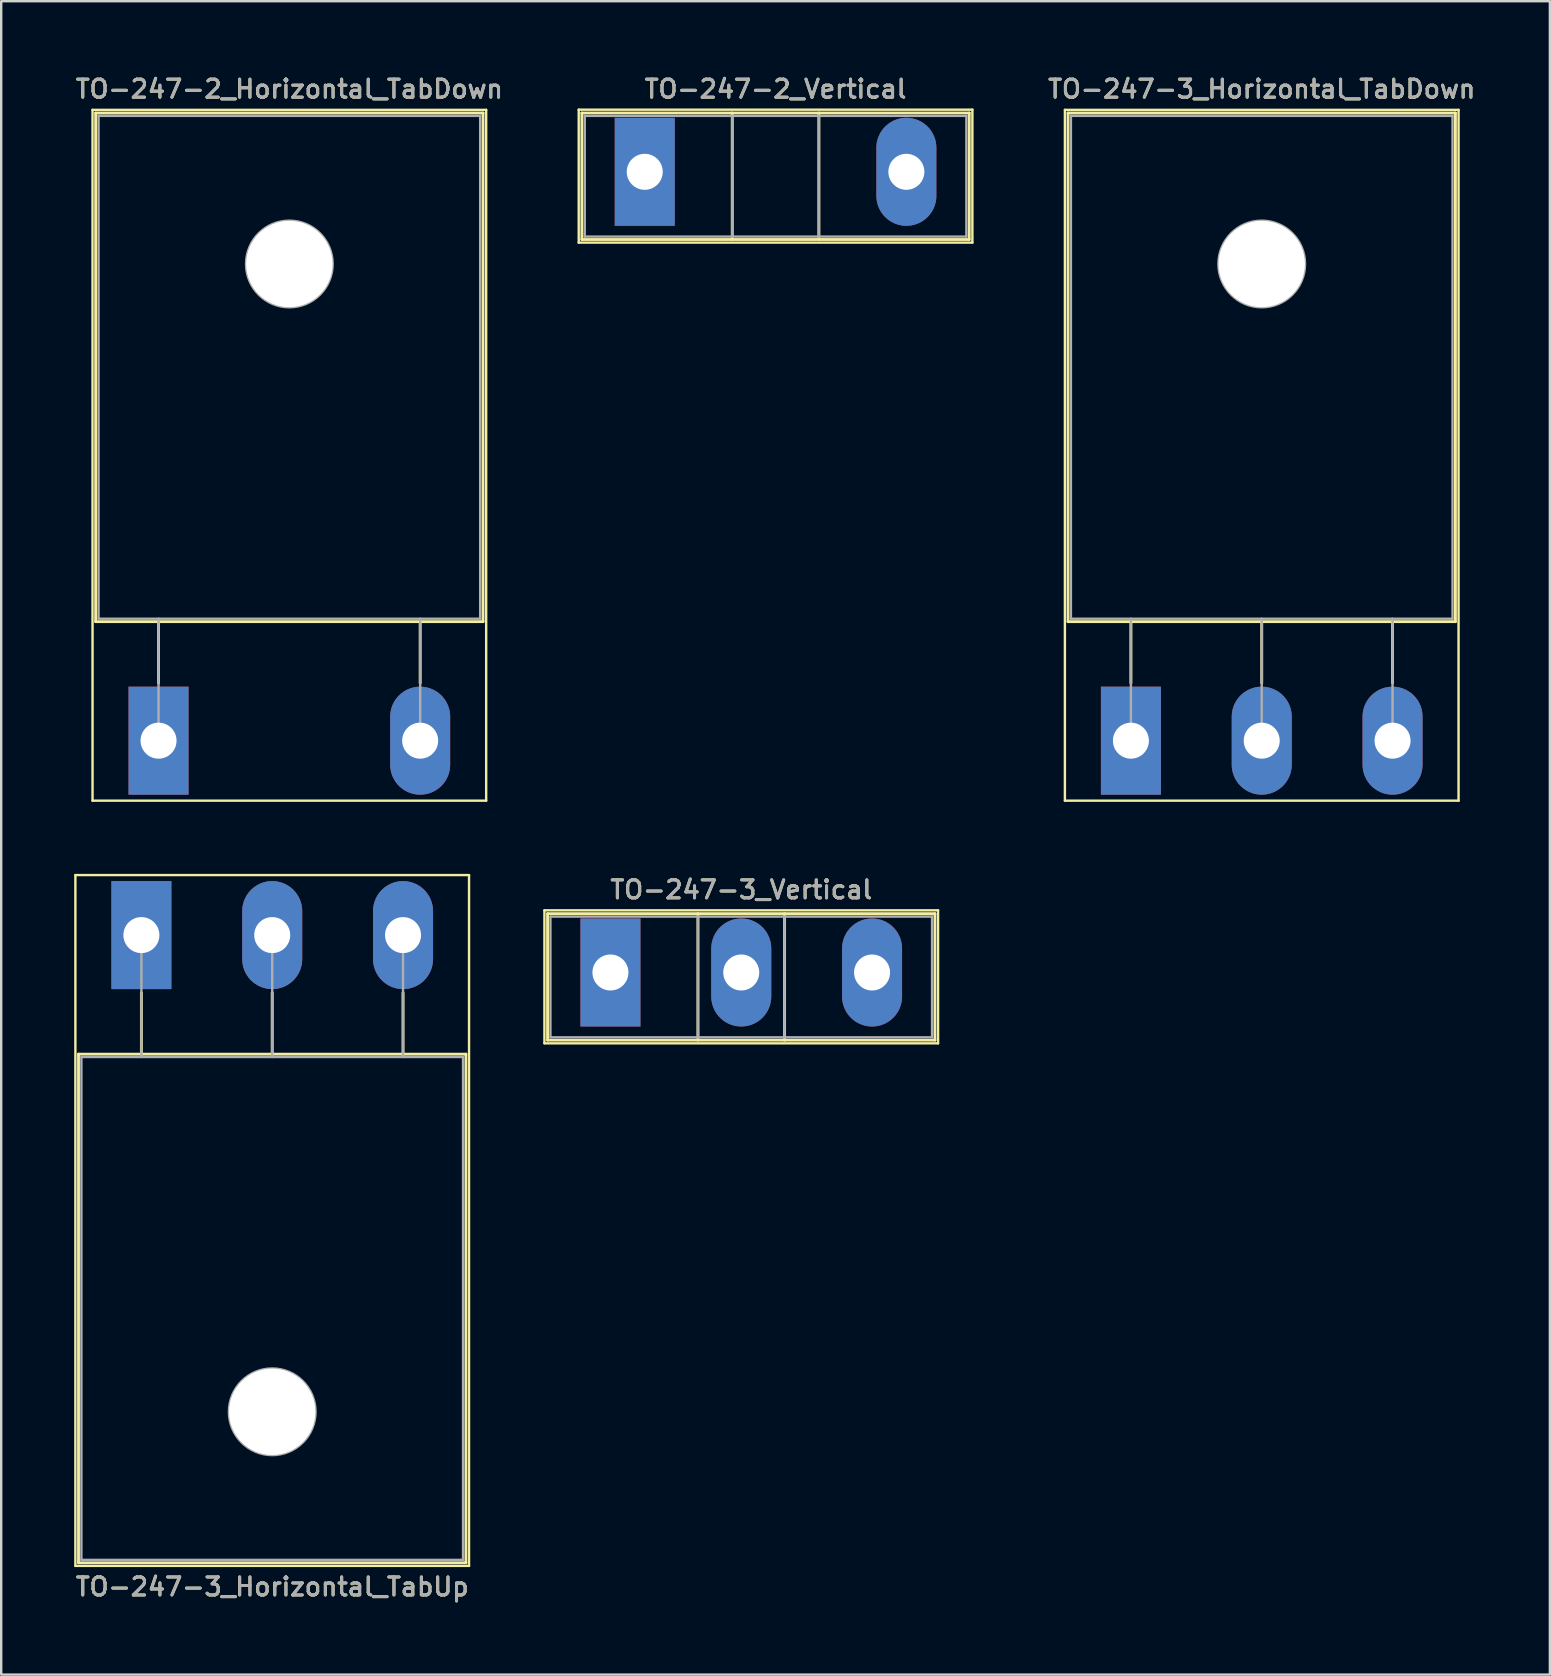
<source format=kicad_pcb>
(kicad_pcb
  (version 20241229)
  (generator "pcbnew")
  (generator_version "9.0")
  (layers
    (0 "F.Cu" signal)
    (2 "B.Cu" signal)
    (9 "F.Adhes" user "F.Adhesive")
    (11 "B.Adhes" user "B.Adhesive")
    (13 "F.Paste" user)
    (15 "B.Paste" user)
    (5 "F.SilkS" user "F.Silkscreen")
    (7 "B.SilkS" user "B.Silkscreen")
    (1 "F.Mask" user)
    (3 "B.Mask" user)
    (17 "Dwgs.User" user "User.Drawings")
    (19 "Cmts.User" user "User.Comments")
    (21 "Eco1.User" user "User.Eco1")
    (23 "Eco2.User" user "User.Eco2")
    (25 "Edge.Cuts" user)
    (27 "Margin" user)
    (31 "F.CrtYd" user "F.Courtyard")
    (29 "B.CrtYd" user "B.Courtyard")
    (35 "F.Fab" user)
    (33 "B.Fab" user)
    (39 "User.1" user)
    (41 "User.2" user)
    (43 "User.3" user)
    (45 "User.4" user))
  (footprint "TO-247-3_Horizontal_TabDown"
    (layer "F.Cu")
    (at 44.066 27.808)
    (property "Reference" "TO-247-3_Horizontal_TabDown" (at 5.45 -27.15 0) (layer "F.SilkS") (effects (font (size 0.75 0.75) (thickness 0.125))))
    (attr through_hole)
    (fp_line (start -2.75 -26.28) (end -2.75 2.5) (stroke (width 0.1) (type solid)) (layer "F.SilkS"))
    (fp_line (start -2.75 2.5) (end 13.65 2.5) (stroke (width 0.1) (type solid)) (layer "F.SilkS"))
    (fp_line (start -2.62 -26.15) (end -2.62 -4.96) (stroke (width 0.12) (type solid)) (layer "F.SilkS"))
    (fp_line (start -2.62 -26.15) (end 13.52 -26.15) (stroke (width 0.12) (type solid)) (layer "F.SilkS"))
    (fp_line (start -2.62 -4.96) (end 13.52 -4.96) (stroke (width 0.12) (type solid)) (layer "F.SilkS"))
    (fp_line (start 0 -4.96) (end 0 -2.4) (stroke (width 0.12) (type solid)) (layer "F.SilkS"))
    (fp_line (start 5.45 -4.96) (end 5.45 -2.4) (stroke (width 0.12) (type solid)) (layer "F.SilkS"))
    (fp_line (start 10.9 -4.96) (end 10.9 -2.4) (stroke (width 0.12) (type solid)) (layer "F.SilkS"))
    (fp_line (start 13.52 -26.15) (end 13.52 -4.96) (stroke (width 0.12) (type solid)) (layer "F.SilkS"))
    (fp_line (start 13.65 -26.28) (end -2.75 -26.28) (stroke (width 0.1) (type solid)) (layer "F.SilkS"))
    (fp_line (start 13.65 2.5) (end 13.65 -26.28) (stroke (width 0.1) (type solid)) (layer "F.SilkS"))
    (fp_line (start -2.5 -26.03) (end 13.4 -26.03) (stroke (width 0.1) (type solid)) (layer "F.Fab"))
    (fp_line (start -2.5 -5.08) (end -2.5 -26.03) (stroke (width 0.1) (type solid)) (layer "F.Fab"))
    (fp_line (start 0 -5.08) (end 0 0) (stroke (width 0.1) (type solid)) (layer "F.Fab"))
    (fp_line (start 5.45 -5.08) (end 5.45 0) (stroke (width 0.1) (type solid)) (layer "F.Fab"))
    (fp_line (start 10.9 -5.08) (end 10.9 0) (stroke (width 0.1) (type solid)) (layer "F.Fab"))
    (fp_line (start 13.4 -26.03) (end 13.4 -5.08) (stroke (width 0.1) (type solid)) (layer "F.Fab"))
    (fp_line (start 13.4 -5.08) (end -2.5 -5.08) (stroke (width 0.1) (type solid)) (layer "F.Fab"))
    (fp_circle (center 5.45 -19.86) (end 7.255 -19.86) (stroke (width 0.1) (type solid)) (fill no) (layer "F.Fab"))
    (fp_text user "${REFERENCE}" (at 5.45 -27.15 0) (layer "F.Fab") (effects (font (size 0.75 0.75) (thickness 0.125))))
    (pad "" np_thru_hole circle (at 5.45 -19.86) (size 3.6 3.6) (drill 3.6) (layers "*.Cu" "*.Mask"))
    (pad "1" thru_hole rect (at 0 0) (size 2.5 4.5) (drill 1.5) (layers "*.Cu" "*.Mask"))
    (pad "2" thru_hole oval (at 5.45 0) (size 2.5 4.5) (drill 1.5) (layers "*.Cu" "*.Mask"))
    (pad "3" thru_hole oval (at 10.9 0) (size 2.5 4.5) (drill 1.5) (layers "*.Cu" "*.Mask")))
  (footprint "TO-247-3_Vertical"
    (layer "F.Cu")
    (at 22.382 37.466)
    (property "Reference" "TO-247-3_Vertical" (at 5.45 -3.45 0) (layer "F.SilkS") (effects (font (size 0.75 0.75) (thickness 0.125))))
    (attr through_hole)
    (fp_line (start -2.75 -2.59) (end -2.75 2.95) (stroke (width 0.1) (type solid)) (layer "F.SilkS"))
    (fp_line (start -2.75 2.95) (end 13.65 2.95) (stroke (width 0.1) (type solid)) (layer "F.SilkS"))
    (fp_line (start -2.62 -2.451) (end -2.62 2.82) (stroke (width 0.12) (type solid)) (layer "F.SilkS"))
    (fp_line (start -2.62 -2.451) (end 13.52 -2.451) (stroke (width 0.12) (type solid)) (layer "F.SilkS"))
    (fp_line (start -2.62 2.82) (end 13.52 2.82) (stroke (width 0.12) (type solid)) (layer "F.SilkS"))
    (fp_line (start 3.646 -2.451) (end 3.646 2.82) (stroke (width 0.12) (type solid)) (layer "F.SilkS"))
    (fp_line (start 7.255 -2.451) (end 7.255 2.82) (stroke (width 0.12) (type solid)) (layer "F.SilkS"))
    (fp_line (start 13.52 -2.451) (end 13.52 2.82) (stroke (width 0.12) (type solid)) (layer "F.SilkS"))
    (fp_line (start 13.65 -2.59) (end -2.75 -2.59) (stroke (width 0.1) (type solid)) (layer "F.SilkS"))
    (fp_line (start 13.65 2.95) (end 13.65 -2.59) (stroke (width 0.1) (type solid)) (layer "F.SilkS"))
    (fp_line (start -2.5 -2.33) (end -2.5 2.7) (stroke (width 0.1) (type solid)) (layer "F.Fab"))
    (fp_line (start -2.5 2.7) (end 13.4 2.7) (stroke (width 0.1) (type solid)) (layer "F.Fab"))
    (fp_line (start 3.645 -2.33) (end 3.645 2.7) (stroke (width 0.1) (type solid)) (layer "F.Fab"))
    (fp_line (start 7.255 -2.33) (end 7.255 2.7) (stroke (width 0.1) (type solid)) (layer "F.Fab"))
    (fp_line (start 13.4 -2.33) (end -2.5 -2.33) (stroke (width 0.1) (type solid)) (layer "F.Fab"))
    (fp_line (start 13.4 2.7) (end 13.4 -2.33) (stroke (width 0.1) (type solid)) (layer "F.Fab"))
    (fp_text user "${REFERENCE}" (at 5.45 -3.45 0) (layer "F.Fab") (effects (font (size 0.75 0.75) (thickness 0.125))))
    (pad "1" thru_hole rect (at 0 0) (size 2.5 4.5) (drill 1.5) (layers "*.Cu" "*.Mask"))
    (pad "2" thru_hole oval (at 5.45 0) (size 2.5 4.5) (drill 1.5) (layers "*.Cu" "*.Mask"))
    (pad "3" thru_hole oval (at 10.9 0) (size 2.5 4.5) (drill 1.5) (layers "*.Cu" "*.Mask")))
  (footprint "TO-247-2_Vertical"
    (layer "F.Cu")
    (at 23.811 4.108)
    (property "Reference" "TO-247-2_Vertical" (at 5.45 -3.45 0) (layer "F.SilkS") (effects (font (size 0.75 0.75) (thickness 0.125))))
    (attr through_hole)
    (fp_line (start -2.75 -2.59) (end -2.75 2.95) (stroke (width 0.1) (type solid)) (layer "F.SilkS"))
    (fp_line (start -2.75 2.95) (end 13.65 2.95) (stroke (width 0.1) (type solid)) (layer "F.SilkS"))
    (fp_line (start -2.62 -2.451) (end -2.62 2.82) (stroke (width 0.12) (type solid)) (layer "F.SilkS"))
    (fp_line (start -2.62 -2.451) (end 13.52 -2.451) (stroke (width 0.12) (type solid)) (layer "F.SilkS"))
    (fp_line (start -2.62 2.82) (end 13.52 2.82) (stroke (width 0.12) (type solid)) (layer "F.SilkS"))
    (fp_line (start 3.646 -2.451) (end 3.646 2.82) (stroke (width 0.12) (type solid)) (layer "F.SilkS"))
    (fp_line (start 7.255 -2.451) (end 7.255 2.82) (stroke (width 0.12) (type solid)) (layer "F.SilkS"))
    (fp_line (start 13.52 -2.451) (end 13.52 2.82) (stroke (width 0.12) (type solid)) (layer "F.SilkS"))
    (fp_line (start 13.65 -2.59) (end -2.75 -2.59) (stroke (width 0.1) (type solid)) (layer "F.SilkS"))
    (fp_line (start 13.65 2.95) (end 13.65 -2.59) (stroke (width 0.1) (type solid)) (layer "F.SilkS"))
    (fp_line (start -2.5 -2.33) (end -2.5 2.7) (stroke (width 0.1) (type solid)) (layer "F.Fab"))
    (fp_line (start -2.5 2.7) (end 13.4 2.7) (stroke (width 0.1) (type solid)) (layer "F.Fab"))
    (fp_line (start 3.645 -2.33) (end 3.645 2.7) (stroke (width 0.1) (type solid)) (layer "F.Fab"))
    (fp_line (start 7.255 -2.33) (end 7.255 2.7) (stroke (width 0.1) (type solid)) (layer "F.Fab"))
    (fp_line (start 13.4 -2.33) (end -2.5 -2.33) (stroke (width 0.1) (type solid)) (layer "F.Fab"))
    (fp_line (start 13.4 2.7) (end 13.4 -2.33) (stroke (width 0.1) (type solid)) (layer "F.Fab"))
    (fp_text user "${REFERENCE}" (at 5.45 -3.45 0) (layer "F.Fab") (effects (font (size 0.75 0.75) (thickness 0.125))))
    (pad "1" thru_hole rect (at 0 0) (size 2.5 4.5) (drill 1.5) (layers "*.Cu" "*.Mask"))
    (pad "2" thru_hole oval (at 10.9 0) (size 2.5 4.5) (drill 1.5) (layers "*.Cu" "*.Mask")))
  (footprint "TO-247-2_Horizontal_TabDown"
    (layer "F.Cu")
    (at 3.555 27.808)
    (property "Reference" "TO-247-2_Horizontal_TabDown" (at 5.45 -27.15 0) (layer "F.SilkS") (effects (font (size 0.75 0.75) (thickness 0.125))))
    (attr through_hole)
    (fp_line (start -2.75 -26.28) (end -2.75 2.5) (stroke (width 0.1) (type solid)) (layer "F.SilkS"))
    (fp_line (start -2.75 2.5) (end 13.65 2.5) (stroke (width 0.1) (type solid)) (layer "F.SilkS"))
    (fp_line (start -2.62 -26.15) (end -2.62 -4.96) (stroke (width 0.12) (type solid)) (layer "F.SilkS"))
    (fp_line (start -2.62 -26.15) (end 13.52 -26.15) (stroke (width 0.12) (type solid)) (layer "F.SilkS"))
    (fp_line (start -2.62 -4.96) (end 13.52 -4.96) (stroke (width 0.12) (type solid)) (layer "F.SilkS"))
    (fp_line (start 0 -4.96) (end 0 -2.4) (stroke (width 0.12) (type solid)) (layer "F.SilkS"))
    (fp_line (start 10.9 -4.96) (end 10.9 -2.4) (stroke (width 0.12) (type solid)) (layer "F.SilkS"))
    (fp_line (start 13.52 -26.15) (end 13.52 -4.96) (stroke (width 0.12) (type solid)) (layer "F.SilkS"))
    (fp_line (start 13.65 -26.28) (end -2.75 -26.28) (stroke (width 0.1) (type solid)) (layer "F.SilkS"))
    (fp_line (start 13.65 2.5) (end 13.65 -26.28) (stroke (width 0.1) (type solid)) (layer "F.SilkS"))
    (fp_line (start -2.5 -26.03) (end 13.4 -26.03) (stroke (width 0.1) (type solid)) (layer "F.Fab"))
    (fp_line (start -2.5 -5.08) (end -2.5 -26.03) (stroke (width 0.1) (type solid)) (layer "F.Fab"))
    (fp_line (start 0 -5.08) (end 0 0) (stroke (width 0.1) (type solid)) (layer "F.Fab"))
    (fp_line (start 10.9 -5.08) (end 10.9 0) (stroke (width 0.1) (type solid)) (layer "F.Fab"))
    (fp_line (start 13.4 -26.03) (end 13.4 -5.08) (stroke (width 0.1) (type solid)) (layer "F.Fab"))
    (fp_line (start 13.4 -5.08) (end -2.5 -5.08) (stroke (width 0.1) (type solid)) (layer "F.Fab"))
    (fp_circle (center 5.45 -19.86) (end 7.255 -19.86) (stroke (width 0.1) (type solid)) (fill no) (layer "F.Fab"))
    (fp_text user "${REFERENCE}" (at 5.45 -27.15 0) (layer "F.Fab") (effects (font (size 0.75 0.75) (thickness 0.125))))
    (pad "" np_thru_hole circle (at 5.45 -19.86) (size 3.6 3.6) (drill 3.6) (layers "*.Cu" "*.Mask"))
    (pad "1" thru_hole rect (at 0 0) (size 2.5 4.5) (drill 1.5) (layers "*.Cu" "*.Mask"))
    (pad "2" thru_hole oval (at 10.9 0) (size 2.5 4.5) (drill 1.5) (layers "*.Cu" "*.Mask")))
  (footprint "TO-247-3_Horizontal_TabUp"
    (layer "F.Cu")
    (at 2.841 35.908)
    (property "Reference" "TO-247-3_Horizontal_TabUp" (at 5.45 27.15 0) (layer "F.SilkS") (effects (font (size 0.75 0.75) (thickness 0.125))))
    (attr through_hole)
    (fp_line (start -2.75 -2.5) (end -2.75 26.28) (stroke (width 0.1) (type solid)) (layer "F.SilkS"))
    (fp_line (start -2.75 26.28) (end 13.65 26.28) (stroke (width 0.1) (type solid)) (layer "F.SilkS"))
    (fp_line (start -2.62 4.96) (end -2.62 26.15) (stroke (width 0.12) (type solid)) (layer "F.SilkS"))
    (fp_line (start -2.62 4.96) (end 13.52 4.96) (stroke (width 0.12) (type solid)) (layer "F.SilkS"))
    (fp_line (start -2.62 26.15) (end 13.52 26.15) (stroke (width 0.12) (type solid)) (layer "F.SilkS"))
    (fp_line (start 0 2.4) (end 0 4.96) (stroke (width 0.12) (type solid)) (layer "F.SilkS"))
    (fp_line (start 5.45 2.4) (end 5.45 4.96) (stroke (width 0.12) (type solid)) (layer "F.SilkS"))
    (fp_line (start 10.9 2.4) (end 10.9 4.96) (stroke (width 0.12) (type solid)) (layer "F.SilkS"))
    (fp_line (start 13.52 4.96) (end 13.52 26.15) (stroke (width 0.12) (type solid)) (layer "F.SilkS"))
    (fp_line (start 13.65 -2.5) (end -2.75 -2.5) (stroke (width 0.1) (type solid)) (layer "F.SilkS"))
    (fp_line (start 13.65 26.28) (end 13.65 -2.5) (stroke (width 0.1) (type solid)) (layer "F.SilkS"))
    (fp_line (start -2.5 5.08) (end -2.5 26.03) (stroke (width 0.1) (type solid)) (layer "F.Fab"))
    (fp_line (start -2.5 26.03) (end 13.4 26.03) (stroke (width 0.1) (type solid)) (layer "F.Fab"))
    (fp_line (start 0 5.08) (end 0 0) (stroke (width 0.1) (type solid)) (layer "F.Fab"))
    (fp_line (start 5.45 5.08) (end 5.45 0) (stroke (width 0.1) (type solid)) (layer "F.Fab"))
    (fp_line (start 10.9 5.08) (end 10.9 0) (stroke (width 0.1) (type solid)) (layer "F.Fab"))
    (fp_line (start 13.4 5.08) (end -2.5 5.08) (stroke (width 0.1) (type solid)) (layer "F.Fab"))
    (fp_line (start 13.4 26.03) (end 13.4 5.08) (stroke (width 0.1) (type solid)) (layer "F.Fab"))
    (fp_circle (center 5.45 19.86) (end 7.255 19.86) (stroke (width 0.1) (type solid)) (fill no) (layer "F.Fab"))
    (fp_text user "${REFERENCE}" (at 5.45 27.15 0) (layer "F.Fab") (effects (font (size 0.75 0.75) (thickness 0.125))))
    (pad "" np_thru_hole circle (at 5.45 19.86) (size 3.6 3.6) (drill 3.6) (layers "*.Cu" "*.Mask"))
    (pad "1" thru_hole rect (at 0 0) (size 2.5 4.5) (drill 1.5) (layers "*.Cu" "*.Mask"))
    (pad "2" thru_hole oval (at 5.45 0) (size 2.5 4.5) (drill 1.5) (layers "*.Cu" "*.Mask"))
    (pad "3" thru_hole oval (at 10.9 0) (size 2.5 4.5) (drill 1.5) (layers "*.Cu" "*.Mask")))
  (gr_rect
    (start -3 -3)
    (end 61.521 66.716)
    (stroke (width 0.1) (type default))
    (fill no)
    (layer "Edge.Cuts")))
</source>
